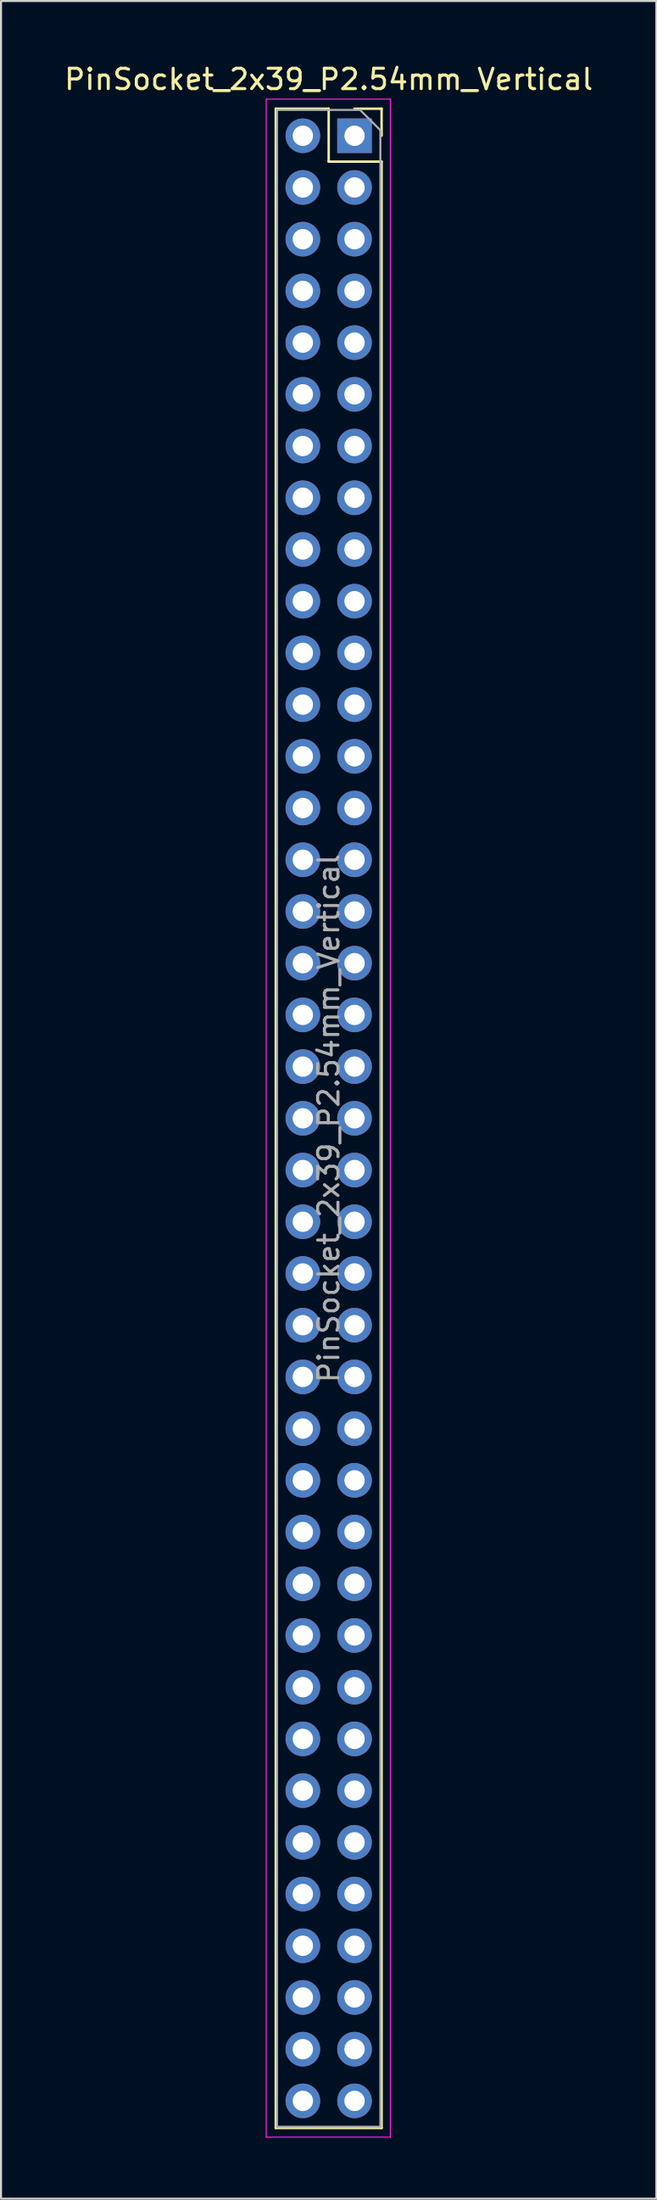
<source format=kicad_pcb>
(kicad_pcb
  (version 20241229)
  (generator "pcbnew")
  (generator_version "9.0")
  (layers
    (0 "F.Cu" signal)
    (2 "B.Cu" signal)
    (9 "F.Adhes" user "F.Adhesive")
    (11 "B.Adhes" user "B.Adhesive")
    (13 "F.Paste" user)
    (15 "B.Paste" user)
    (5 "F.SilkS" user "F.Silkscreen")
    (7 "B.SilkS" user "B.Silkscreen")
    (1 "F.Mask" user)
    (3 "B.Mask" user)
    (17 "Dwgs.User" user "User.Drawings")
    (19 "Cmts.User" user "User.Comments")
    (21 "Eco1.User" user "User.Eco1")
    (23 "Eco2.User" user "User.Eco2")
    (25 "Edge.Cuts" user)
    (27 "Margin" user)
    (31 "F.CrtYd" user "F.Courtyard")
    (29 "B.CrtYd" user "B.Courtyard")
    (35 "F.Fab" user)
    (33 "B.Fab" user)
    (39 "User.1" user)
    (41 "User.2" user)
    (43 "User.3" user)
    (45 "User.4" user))
  (footprint "PinSocket_2x39_P2.54mm_Vertical"
    (layer "F.Cu")
    (at 14.371 3.618)
    (property "Reference" "PinSocket_2x39_P2.54mm_Vertical" (at -1.27 -2.77 0) (layer "F.SilkS") (effects (font (size 1 1) (thickness 0.15))))
    (attr through_hole)
    (fp_line (start -3.87 -1.33) (end -3.87 97.85) (stroke (width 0.12) (type solid)) (layer "F.SilkS"))
    (fp_line (start -3.87 -1.33) (end -1.27 -1.33) (stroke (width 0.12) (type solid)) (layer "F.SilkS"))
    (fp_line (start -3.87 97.85) (end 1.33 97.85) (stroke (width 0.12) (type solid)) (layer "F.SilkS"))
    (fp_line (start -1.27 -1.33) (end -1.27 1.27) (stroke (width 0.12) (type solid)) (layer "F.SilkS"))
    (fp_line (start -1.27 1.27) (end 1.33 1.27) (stroke (width 0.12) (type solid)) (layer "F.SilkS"))
    (fp_line (start 0 -1.33) (end 1.33 -1.33) (stroke (width 0.12) (type solid)) (layer "F.SilkS"))
    (fp_line (start 1.33 -1.33) (end 1.33 0) (stroke (width 0.12) (type solid)) (layer "F.SilkS"))
    (fp_line (start 1.33 1.27) (end 1.33 97.85) (stroke (width 0.12) (type solid)) (layer "F.SilkS"))
    (fp_line (start -4.34 -1.8) (end 1.76 -1.8) (stroke (width 0.05) (type solid)) (layer "F.CrtYd"))
    (fp_line (start -4.34 98.3) (end -4.34 -1.8) (stroke (width 0.05) (type solid)) (layer "F.CrtYd"))
    (fp_line (start 1.76 -1.8) (end 1.76 98.3) (stroke (width 0.05) (type solid)) (layer "F.CrtYd"))
    (fp_line (start 1.76 98.3) (end -4.34 98.3) (stroke (width 0.05) (type solid)) (layer "F.CrtYd"))
    (fp_line (start -3.81 -1.27) (end 0.27 -1.27) (stroke (width 0.1) (type solid)) (layer "F.Fab"))
    (fp_line (start -3.81 97.79) (end -3.81 -1.27) (stroke (width 0.1) (type solid)) (layer "F.Fab"))
    (fp_line (start 0.27 -1.27) (end 1.27 -0.27) (stroke (width 0.1) (type solid)) (layer "F.Fab"))
    (fp_line (start 1.27 -0.27) (end 1.27 97.79) (stroke (width 0.1) (type solid)) (layer "F.Fab"))
    (fp_line (start 1.27 97.79) (end -3.81 97.79) (stroke (width 0.1) (type solid)) (layer "F.Fab"))
    (fp_text user "${REFERENCE}" (at -1.27 48.26 90) (layer "F.Fab") (effects (font (size 1 1) (thickness 0.15))))
    (pad "1" thru_hole rect (at 0 0) (size 1.7 1.7) (drill 1) (layers "*.Cu" "*.Mask"))
    (pad "2" thru_hole circle (at -2.54 0) (size 1.7 1.7) (drill 1) (layers "*.Cu" "*.Mask"))
    (pad "3" thru_hole circle (at 0 2.54) (size 1.7 1.7) (drill 1) (layers "*.Cu" "*.Mask"))
    (pad "4" thru_hole circle (at -2.54 2.54) (size 1.7 1.7) (drill 1) (layers "*.Cu" "*.Mask"))
    (pad "5" thru_hole circle (at 0 5.08) (size 1.7 1.7) (drill 1) (layers "*.Cu" "*.Mask"))
    (pad "6" thru_hole circle (at -2.54 5.08) (size 1.7 1.7) (drill 1) (layers "*.Cu" "*.Mask"))
    (pad "7" thru_hole circle (at 0 7.62) (size 1.7 1.7) (drill 1) (layers "*.Cu" "*.Mask"))
    (pad "8" thru_hole circle (at -2.54 7.62) (size 1.7 1.7) (drill 1) (layers "*.Cu" "*.Mask"))
    (pad "9" thru_hole circle (at 0 10.16) (size 1.7 1.7) (drill 1) (layers "*.Cu" "*.Mask"))
    (pad "10" thru_hole circle (at -2.54 10.16) (size 1.7 1.7) (drill 1) (layers "*.Cu" "*.Mask"))
    (pad "11" thru_hole circle (at 0 12.7) (size 1.7 1.7) (drill 1) (layers "*.Cu" "*.Mask"))
    (pad "12" thru_hole circle (at -2.54 12.7) (size 1.7 1.7) (drill 1) (layers "*.Cu" "*.Mask"))
    (pad "13" thru_hole circle (at 0 15.24) (size 1.7 1.7) (drill 1) (layers "*.Cu" "*.Mask"))
    (pad "14" thru_hole circle (at -2.54 15.24) (size 1.7 1.7) (drill 1) (layers "*.Cu" "*.Mask"))
    (pad "15" thru_hole circle (at 0 17.78) (size 1.7 1.7) (drill 1) (layers "*.Cu" "*.Mask"))
    (pad "16" thru_hole circle (at -2.54 17.78) (size 1.7 1.7) (drill 1) (layers "*.Cu" "*.Mask"))
    (pad "17" thru_hole circle (at 0 20.32) (size 1.7 1.7) (drill 1) (layers "*.Cu" "*.Mask"))
    (pad "18" thru_hole circle (at -2.54 20.32) (size 1.7 1.7) (drill 1) (layers "*.Cu" "*.Mask"))
    (pad "19" thru_hole circle (at 0 22.86) (size 1.7 1.7) (drill 1) (layers "*.Cu" "*.Mask"))
    (pad "20" thru_hole circle (at -2.54 22.86) (size 1.7 1.7) (drill 1) (layers "*.Cu" "*.Mask"))
    (pad "21" thru_hole circle (at 0 25.4) (size 1.7 1.7) (drill 1) (layers "*.Cu" "*.Mask"))
    (pad "22" thru_hole circle (at -2.54 25.4) (size 1.7 1.7) (drill 1) (layers "*.Cu" "*.Mask"))
    (pad "23" thru_hole circle (at 0 27.94) (size 1.7 1.7) (drill 1) (layers "*.Cu" "*.Mask"))
    (pad "24" thru_hole circle (at -2.54 27.94) (size 1.7 1.7) (drill 1) (layers "*.Cu" "*.Mask"))
    (pad "25" thru_hole circle (at 0 30.48) (size 1.7 1.7) (drill 1) (layers "*.Cu" "*.Mask"))
    (pad "26" thru_hole circle (at -2.54 30.48) (size 1.7 1.7) (drill 1) (layers "*.Cu" "*.Mask"))
    (pad "27" thru_hole circle (at 0 33.02) (size 1.7 1.7) (drill 1) (layers "*.Cu" "*.Mask"))
    (pad "28" thru_hole circle (at -2.54 33.02) (size 1.7 1.7) (drill 1) (layers "*.Cu" "*.Mask"))
    (pad "29" thru_hole circle (at 0 35.56) (size 1.7 1.7) (drill 1) (layers "*.Cu" "*.Mask"))
    (pad "30" thru_hole circle (at -2.54 35.56) (size 1.7 1.7) (drill 1) (layers "*.Cu" "*.Mask"))
    (pad "31" thru_hole circle (at 0 38.1) (size 1.7 1.7) (drill 1) (layers "*.Cu" "*.Mask"))
    (pad "32" thru_hole circle (at -2.54 38.1) (size 1.7 1.7) (drill 1) (layers "*.Cu" "*.Mask"))
    (pad "33" thru_hole circle (at 0 40.64) (size 1.7 1.7) (drill 1) (layers "*.Cu" "*.Mask"))
    (pad "34" thru_hole circle (at -2.54 40.64) (size 1.7 1.7) (drill 1) (layers "*.Cu" "*.Mask"))
    (pad "35" thru_hole circle (at 0 43.18) (size 1.7 1.7) (drill 1) (layers "*.Cu" "*.Mask"))
    (pad "36" thru_hole circle (at -2.54 43.18) (size 1.7 1.7) (drill 1) (layers "*.Cu" "*.Mask"))
    (pad "37" thru_hole circle (at 0 45.72) (size 1.7 1.7) (drill 1) (layers "*.Cu" "*.Mask"))
    (pad "38" thru_hole circle (at -2.54 45.72) (size 1.7 1.7) (drill 1) (layers "*.Cu" "*.Mask"))
    (pad "39" thru_hole circle (at 0 48.26) (size 1.7 1.7) (drill 1) (layers "*.Cu" "*.Mask"))
    (pad "40" thru_hole circle (at -2.54 48.26) (size 1.7 1.7) (drill 1) (layers "*.Cu" "*.Mask"))
    (pad "41" thru_hole circle (at 0 50.8) (size 1.7 1.7) (drill 1) (layers "*.Cu" "*.Mask"))
    (pad "42" thru_hole circle (at -2.54 50.8) (size 1.7 1.7) (drill 1) (layers "*.Cu" "*.Mask"))
    (pad "43" thru_hole circle (at 0 53.34) (size 1.7 1.7) (drill 1) (layers "*.Cu" "*.Mask"))
    (pad "44" thru_hole circle (at -2.54 53.34) (size 1.7 1.7) (drill 1) (layers "*.Cu" "*.Mask"))
    (pad "45" thru_hole circle (at 0 55.88) (size 1.7 1.7) (drill 1) (layers "*.Cu" "*.Mask"))
    (pad "46" thru_hole circle (at -2.54 55.88) (size 1.7 1.7) (drill 1) (layers "*.Cu" "*.Mask"))
    (pad "47" thru_hole circle (at 0 58.42) (size 1.7 1.7) (drill 1) (layers "*.Cu" "*.Mask"))
    (pad "48" thru_hole circle (at -2.54 58.42) (size 1.7 1.7) (drill 1) (layers "*.Cu" "*.Mask"))
    (pad "49" thru_hole circle (at 0 60.96) (size 1.7 1.7) (drill 1) (layers "*.Cu" "*.Mask"))
    (pad "50" thru_hole circle (at -2.54 60.96) (size 1.7 1.7) (drill 1) (layers "*.Cu" "*.Mask"))
    (pad "51" thru_hole circle (at 0 63.5) (size 1.7 1.7) (drill 1) (layers "*.Cu" "*.Mask"))
    (pad "52" thru_hole circle (at -2.54 63.5) (size 1.7 1.7) (drill 1) (layers "*.Cu" "*.Mask"))
    (pad "53" thru_hole circle (at 0 66.04) (size 1.7 1.7) (drill 1) (layers "*.Cu" "*.Mask"))
    (pad "54" thru_hole circle (at -2.54 66.04) (size 1.7 1.7) (drill 1) (layers "*.Cu" "*.Mask"))
    (pad "55" thru_hole circle (at 0 68.58) (size 1.7 1.7) (drill 1) (layers "*.Cu" "*.Mask"))
    (pad "56" thru_hole circle (at -2.54 68.58) (size 1.7 1.7) (drill 1) (layers "*.Cu" "*.Mask"))
    (pad "57" thru_hole circle (at 0 71.12) (size 1.7 1.7) (drill 1) (layers "*.Cu" "*.Mask"))
    (pad "58" thru_hole circle (at -2.54 71.12) (size 1.7 1.7) (drill 1) (layers "*.Cu" "*.Mask"))
    (pad "59" thru_hole circle (at 0 73.66) (size 1.7 1.7) (drill 1) (layers "*.Cu" "*.Mask"))
    (pad "60" thru_hole circle (at -2.54 73.66) (size 1.7 1.7) (drill 1) (layers "*.Cu" "*.Mask"))
    (pad "61" thru_hole circle (at 0 76.2) (size 1.7 1.7) (drill 1) (layers "*.Cu" "*.Mask"))
    (pad "62" thru_hole circle (at -2.54 76.2) (size 1.7 1.7) (drill 1) (layers "*.Cu" "*.Mask"))
    (pad "63" thru_hole circle (at 0 78.74) (size 1.7 1.7) (drill 1) (layers "*.Cu" "*.Mask"))
    (pad "64" thru_hole circle (at -2.54 78.74) (size 1.7 1.7) (drill 1) (layers "*.Cu" "*.Mask"))
    (pad "65" thru_hole circle (at 0 81.28) (size 1.7 1.7) (drill 1) (layers "*.Cu" "*.Mask"))
    (pad "66" thru_hole circle (at -2.54 81.28) (size 1.7 1.7) (drill 1) (layers "*.Cu" "*.Mask"))
    (pad "67" thru_hole circle (at 0 83.82) (size 1.7 1.7) (drill 1) (layers "*.Cu" "*.Mask"))
    (pad "68" thru_hole circle (at -2.54 83.82) (size 1.7 1.7) (drill 1) (layers "*.Cu" "*.Mask"))
    (pad "69" thru_hole circle (at 0 86.36) (size 1.7 1.7) (drill 1) (layers "*.Cu" "*.Mask"))
    (pad "70" thru_hole circle (at -2.54 86.36) (size 1.7 1.7) (drill 1) (layers "*.Cu" "*.Mask"))
    (pad "71" thru_hole circle (at 0 88.9) (size 1.7 1.7) (drill 1) (layers "*.Cu" "*.Mask"))
    (pad "72" thru_hole circle (at -2.54 88.9) (size 1.7 1.7) (drill 1) (layers "*.Cu" "*.Mask"))
    (pad "73" thru_hole circle (at 0 91.44) (size 1.7 1.7) (drill 1) (layers "*.Cu" "*.Mask"))
    (pad "74" thru_hole circle (at -2.54 91.44) (size 1.7 1.7) (drill 1) (layers "*.Cu" "*.Mask"))
    (pad "75" thru_hole circle (at 0 93.98) (size 1.7 1.7) (drill 1) (layers "*.Cu" "*.Mask"))
    (pad "76" thru_hole circle (at -2.54 93.98) (size 1.7 1.7) (drill 1) (layers "*.Cu" "*.Mask"))
    (pad "77" thru_hole circle (at 0 96.52) (size 1.7 1.7) (drill 1) (layers "*.Cu" "*.Mask"))
    (pad "78" thru_hole circle (at -2.54 96.52) (size 1.7 1.7) (drill 1) (layers "*.Cu" "*.Mask")))
  (gr_rect
    (start -3 -3)
    (end 29.202 104.943)
    (stroke (width 0.1) (type default))
    (fill no)
    (layer "Edge.Cuts")))
</source>
